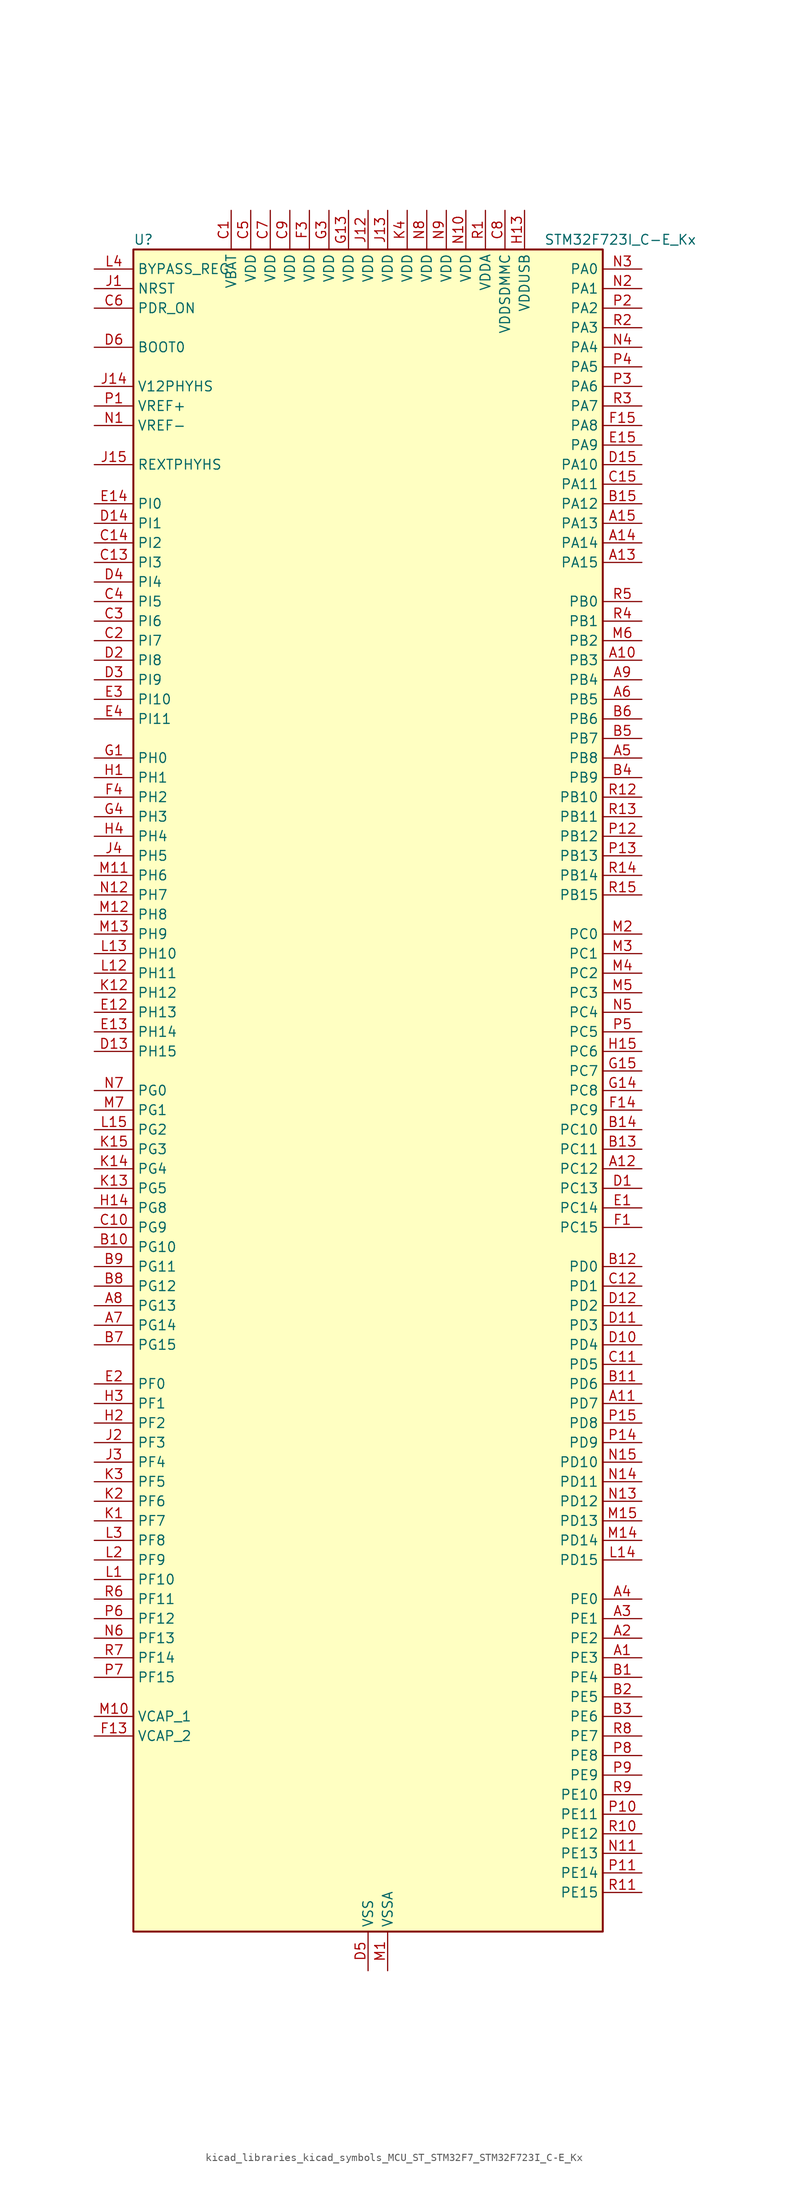
<source format=kicad_sym>
(kicad_symbol_lib
  (version 20220914)
  (generator kicad_symbol_editor)
  (symbol "kicad_libraries_kicad_symbols_MCU_ST_STM32F7_STM32F723I_C-E_Kx"
    (property "Reference" "U"
      (at -30.48 110.49 0)
      (effects (font (size 1.27 1.27)) (justify left)))
    (property "Value" "STM32F723I_C-E_Kx"
      (at 22.86 110.49 0)
      (effects (font (size 1.27 1.27)) (justify left)))
    (property "ki_locked" ""
      (at 0 0 0)
      (effects (font (size 1.27 1.27))))
    (symbol "kicad_libraries_kicad_symbols_MCU_ST_STM32F7_STM32F723I_C-E_Kx_0_1"
      (rectangle (start -30.48 -109.22) (end 30.48 109.22) (stroke (width 0.254) (type default)) (fill (type background))))
    (symbol "kicad_libraries_kicad_symbols_MCU_ST_STM32F7_STM32F723I_C-E_Kx_1_1"
      (pin bidirectional line (at 35.56 -73.66 180) (length 5.08) (name "PE3" (effects (font (size 1.27 1.27)))) (number "A1" (effects (font (size 1.27 1.27)))) (alternate "FMC_A19" bidirectional line) (alternate "SAI1_SD_B" bidirectional line) (alternate "SYS_TRACED0" bidirectional line))
      (pin bidirectional line (at 35.56 55.88 180) (length 5.08) (name "PB3" (effects (font (size 1.27 1.27)))) (number "A10" (effects (font (size 1.27 1.27)))) (alternate "I2S1_CK" bidirectional line) (alternate "I2S3_CK" bidirectional line) (alternate "SDMMC2_D2" bidirectional line) (alternate "SPI1_SCK" bidirectional line) (alternate "SPI3_SCK" bidirectional line) (alternate "SYS_JTDO-SWO" bidirectional line) (alternate "TIM2_CH2" bidirectional line))
      (pin bidirectional line (at 35.56 -40.64 180) (length 5.08) (name "PD7" (effects (font (size 1.27 1.27)))) (number "A11" (effects (font (size 1.27 1.27)))) (alternate "FMC_NE1" bidirectional line) (alternate "SDMMC2_CMD" bidirectional line) (alternate "USART2_CK" bidirectional line))
      (pin bidirectional line (at 35.56 -10.16 180) (length 5.08) (name "PC12" (effects (font (size 1.27 1.27)))) (number "A12" (effects (font (size 1.27 1.27)))) (alternate "I2S3_SD" bidirectional line) (alternate "SDMMC1_CK" bidirectional line) (alternate "SPI3_MOSI" bidirectional line) (alternate "SYS_TRACED3" bidirectional line) (alternate "UART5_TX" bidirectional line) (alternate "USART3_CK" bidirectional line))
      (pin bidirectional line (at 35.56 68.58 180) (length 5.08) (name "PA15" (effects (font (size 1.27 1.27)))) (number "A13" (effects (font (size 1.27 1.27)))) (alternate "I2S1_WS" bidirectional line) (alternate "I2S3_WS" bidirectional line) (alternate "SPI1_NSS" bidirectional line) (alternate "SPI3_NSS" bidirectional line) (alternate "SYS_JTDI" bidirectional line) (alternate "TIM2_CH1" bidirectional line) (alternate "TIM2_ETR" bidirectional line) (alternate "UART4_DE" bidirectional line) (alternate "UART4_RTS" bidirectional line))
      (pin bidirectional line (at 35.56 71.12 180) (length 5.08) (name "PA14" (effects (font (size 1.27 1.27)))) (number "A14" (effects (font (size 1.27 1.27)))) (alternate "SYS_JTCK-SWCLK" bidirectional line))
      (pin bidirectional line (at 35.56 73.66 180) (length 5.08) (name "PA13" (effects (font (size 1.27 1.27)))) (number "A15" (effects (font (size 1.27 1.27)))) (alternate "SYS_JTMS-SWDIO" bidirectional line))
      (pin bidirectional line (at 35.56 -71.12 180) (length 5.08) (name "PE2" (effects (font (size 1.27 1.27)))) (number "A2" (effects (font (size 1.27 1.27)))) (alternate "FMC_A23" bidirectional line) (alternate "QUADSPI_BK1_IO2" bidirectional line) (alternate "SAI1_MCLK_A" bidirectional line) (alternate "SPI4_SCK" bidirectional line) (alternate "SYS_TRACECLK" bidirectional line))
      (pin bidirectional line (at 35.56 -68.58 180) (length 5.08) (name "PE1" (effects (font (size 1.27 1.27)))) (number "A3" (effects (font (size 1.27 1.27)))) (alternate "FMC_NBL1" bidirectional line) (alternate "LPTIM1_IN2" bidirectional line) (alternate "UART8_TX" bidirectional line))
      (pin bidirectional line (at 35.56 -66.04 180) (length 5.08) (name "PE0" (effects (font (size 1.27 1.27)))) (number "A4" (effects (font (size 1.27 1.27)))) (alternate "FMC_NBL0" bidirectional line) (alternate "LPTIM1_ETR" bidirectional line) (alternate "SAI2_MCLK_A" bidirectional line) (alternate "TIM4_ETR" bidirectional line) (alternate "UART8_RX" bidirectional line))
      (pin bidirectional line (at 35.56 43.18 180) (length 5.08) (name "PB8" (effects (font (size 1.27 1.27)))) (number "A5" (effects (font (size 1.27 1.27)))) (alternate "CAN1_RX" bidirectional line) (alternate "I2C1_SCL" bidirectional line) (alternate "SDMMC1_D4" bidirectional line) (alternate "SDMMC2_D4" bidirectional line) (alternate "TIM10_CH1" bidirectional line) (alternate "TIM4_CH3" bidirectional line))
      (pin bidirectional line (at 35.56 50.8 180) (length 5.08) (name "PB5" (effects (font (size 1.27 1.27)))) (number "A6" (effects (font (size 1.27 1.27)))) (alternate "FMC_SDCKE1" bidirectional line) (alternate "I2C1_SMBA" bidirectional line) (alternate "I2S1_SD" bidirectional line) (alternate "I2S3_SD" bidirectional line) (alternate "SPI1_MOSI" bidirectional line) (alternate "SPI3_MOSI" bidirectional line) (alternate "TIM3_CH2" bidirectional line))
      (pin bidirectional line (at -35.56 -30.48 0) (length 5.08) (name "PG14" (effects (font (size 1.27 1.27)))) (number "A7" (effects (font (size 1.27 1.27)))) (alternate "FMC_A25" bidirectional line) (alternate "LPTIM1_ETR" bidirectional line) (alternate "QUADSPI_BK2_IO3" bidirectional line) (alternate "SYS_TRACED1" bidirectional line) (alternate "USART6_TX" bidirectional line))
      (pin bidirectional line (at -35.56 -27.94 0) (length 5.08) (name "PG13" (effects (font (size 1.27 1.27)))) (number "A8" (effects (font (size 1.27 1.27)))) (alternate "FMC_A24" bidirectional line) (alternate "LPTIM1_OUT" bidirectional line) (alternate "SYS_TRACED0" bidirectional line) (alternate "USART6_CTS" bidirectional line))
      (pin bidirectional line (at 35.56 53.34 180) (length 5.08) (name "PB4" (effects (font (size 1.27 1.27)))) (number "A9" (effects (font (size 1.27 1.27)))) (alternate "I2S2_WS" bidirectional line) (alternate "SDMMC2_D3" bidirectional line) (alternate "SPI1_MISO" bidirectional line) (alternate "SPI2_NSS" bidirectional line) (alternate "SPI3_MISO" bidirectional line) (alternate "SYS_JTRST" bidirectional line) (alternate "TIM3_CH1" bidirectional line))
      (pin bidirectional line (at 35.56 -76.2 180) (length 5.08) (name "PE4" (effects (font (size 1.27 1.27)))) (number "B1" (effects (font (size 1.27 1.27)))) (alternate "FMC_A20" bidirectional line) (alternate "SAI1_FS_A" bidirectional line) (alternate "SPI4_NSS" bidirectional line) (alternate "SYS_TRACED1" bidirectional line))
      (pin bidirectional line (at -35.56 -20.32 0) (length 5.08) (name "PG10" (effects (font (size 1.27 1.27)))) (number "B10" (effects (font (size 1.27 1.27)))) (alternate "FMC_NE3" bidirectional line) (alternate "SAI2_SD_B" bidirectional line) (alternate "SDMMC2_D1" bidirectional line))
      (pin bidirectional line (at 35.56 -38.1 180) (length 5.08) (name "PD6" (effects (font (size 1.27 1.27)))) (number "B11" (effects (font (size 1.27 1.27)))) (alternate "FMC_NWAIT" bidirectional line) (alternate "I2S3_SD" bidirectional line) (alternate "SAI1_SD_A" bidirectional line) (alternate "SDMMC2_CK" bidirectional line) (alternate "SPI3_MOSI" bidirectional line) (alternate "USART2_RX" bidirectional line))
      (pin bidirectional line (at 35.56 -22.86 180) (length 5.08) (name "PD0" (effects (font (size 1.27 1.27)))) (number "B12" (effects (font (size 1.27 1.27)))) (alternate "CAN1_RX" bidirectional line) (alternate "FMC_D2" bidirectional line) (alternate "FMC_DA2" bidirectional line))
      (pin bidirectional line (at 35.56 -7.62 180) (length 5.08) (name "PC11" (effects (font (size 1.27 1.27)))) (number "B13" (effects (font (size 1.27 1.27)))) (alternate "ADC1_EXTI11" bidirectional line) (alternate "ADC2_EXTI11" bidirectional line) (alternate "ADC3_EXTI11" bidirectional line) (alternate "QUADSPI_BK2_NCS" bidirectional line) (alternate "SDMMC1_D3" bidirectional line) (alternate "SPI3_MISO" bidirectional line) (alternate "UART4_RX" bidirectional line) (alternate "USART3_RX" bidirectional line))
      (pin bidirectional line (at 35.56 -5.08 180) (length 5.08) (name "PC10" (effects (font (size 1.27 1.27)))) (number "B14" (effects (font (size 1.27 1.27)))) (alternate "I2S3_CK" bidirectional line) (alternate "QUADSPI_BK1_IO1" bidirectional line) (alternate "SDMMC1_D2" bidirectional line) (alternate "SPI3_SCK" bidirectional line) (alternate "UART4_TX" bidirectional line) (alternate "USART3_TX" bidirectional line))
      (pin bidirectional line (at 35.56 76.2 180) (length 5.08) (name "PA12" (effects (font (size 1.27 1.27)))) (number "B15" (effects (font (size 1.27 1.27)))) (alternate "CAN1_TX" bidirectional line) (alternate "SAI2_FS_B" bidirectional line) (alternate "TIM1_ETR" bidirectional line) (alternate "USART1_DE" bidirectional line) (alternate "USART1_RTS" bidirectional line) (alternate "USB_OTG_FS_DP" bidirectional line))
      (pin bidirectional line (at 35.56 -78.74 180) (length 5.08) (name "PE5" (effects (font (size 1.27 1.27)))) (number "B2" (effects (font (size 1.27 1.27)))) (alternate "FMC_A21" bidirectional line) (alternate "SAI1_SCK_A" bidirectional line) (alternate "SPI4_MISO" bidirectional line) (alternate "SYS_TRACED2" bidirectional line) (alternate "TIM9_CH1" bidirectional line))
      (pin bidirectional line (at 35.56 -81.28 180) (length 5.08) (name "PE6" (effects (font (size 1.27 1.27)))) (number "B3" (effects (font (size 1.27 1.27)))) (alternate "FMC_A22" bidirectional line) (alternate "SAI1_SD_A" bidirectional line) (alternate "SAI2_MCLK_B" bidirectional line) (alternate "SPI4_MOSI" bidirectional line) (alternate "SYS_TRACED3" bidirectional line) (alternate "TIM1_BKIN2" bidirectional line) (alternate "TIM9_CH2" bidirectional line))
      (pin bidirectional line (at 35.56 40.64 180) (length 5.08) (name "PB9" (effects (font (size 1.27 1.27)))) (number "B4" (effects (font (size 1.27 1.27)))) (alternate "CAN1_TX" bidirectional line) (alternate "DAC_EXTI9" bidirectional line) (alternate "I2C1_SDA" bidirectional line) (alternate "I2S2_WS" bidirectional line) (alternate "SDMMC1_D5" bidirectional line) (alternate "SDMMC2_D5" bidirectional line) (alternate "SPI2_NSS" bidirectional line) (alternate "TIM11_CH1" bidirectional line) (alternate "TIM4_CH4" bidirectional line))
      (pin bidirectional line (at 35.56 45.72 180) (length 5.08) (name "PB7" (effects (font (size 1.27 1.27)))) (number "B5" (effects (font (size 1.27 1.27)))) (alternate "FMC_NL" bidirectional line) (alternate "I2C1_SDA" bidirectional line) (alternate "TIM4_CH2" bidirectional line) (alternate "USART1_RX" bidirectional line))
      (pin bidirectional line (at 35.56 48.26 180) (length 5.08) (name "PB6" (effects (font (size 1.27 1.27)))) (number "B6" (effects (font (size 1.27 1.27)))) (alternate "FMC_SDNE1" bidirectional line) (alternate "I2C1_SCL" bidirectional line) (alternate "QUADSPI_BK1_NCS" bidirectional line) (alternate "TIM4_CH1" bidirectional line) (alternate "USART1_TX" bidirectional line))
      (pin bidirectional line (at -35.56 -33.02 0) (length 5.08) (name "PG15" (effects (font (size 1.27 1.27)))) (number "B7" (effects (font (size 1.27 1.27)))) (alternate "FMC_SDNCAS" bidirectional line) (alternate "USART6_CTS" bidirectional line))
      (pin bidirectional line (at -35.56 -25.4 0) (length 5.08) (name "PG12" (effects (font (size 1.27 1.27)))) (number "B8" (effects (font (size 1.27 1.27)))) (alternate "FMC_NE4" bidirectional line) (alternate "LPTIM1_IN1" bidirectional line) (alternate "SDMMC2_D3" bidirectional line) (alternate "USART6_DE" bidirectional line) (alternate "USART6_RTS" bidirectional line))
      (pin bidirectional line (at -35.56 -22.86 0) (length 5.08) (name "PG11" (effects (font (size 1.27 1.27)))) (number "B9" (effects (font (size 1.27 1.27)))) (alternate "ADC1_EXTI11" bidirectional line) (alternate "ADC2_EXTI11" bidirectional line) (alternate "ADC3_EXTI11" bidirectional line) (alternate "FMC_INT" bidirectional line) (alternate "SDMMC2_D2" bidirectional line))
      (pin power_in line (at -17.78 114.3 270) (length 5.08) (name "VBAT" (effects (font (size 1.27 1.27)))) (number "C1" (effects (font (size 1.27 1.27)))))
      (pin bidirectional line (at -35.56 -17.78 0) (length 5.08) (name "PG9" (effects (font (size 1.27 1.27)))) (number "C10" (effects (font (size 1.27 1.27)))) (alternate "DAC_EXTI9" bidirectional line) (alternate "FMC_NCE" bidirectional line) (alternate "FMC_NE2" bidirectional line) (alternate "QUADSPI_BK2_IO2" bidirectional line) (alternate "SAI2_FS_B" bidirectional line) (alternate "SDMMC2_D0" bidirectional line) (alternate "USART6_RX" bidirectional line))
      (pin bidirectional line (at 35.56 -35.56 180) (length 5.08) (name "PD5" (effects (font (size 1.27 1.27)))) (number "C11" (effects (font (size 1.27 1.27)))) (alternate "FMC_NWE" bidirectional line) (alternate "USART2_TX" bidirectional line))
      (pin bidirectional line (at 35.56 -25.4 180) (length 5.08) (name "PD1" (effects (font (size 1.27 1.27)))) (number "C12" (effects (font (size 1.27 1.27)))) (alternate "CAN1_TX" bidirectional line) (alternate "FMC_D3" bidirectional line) (alternate "FMC_DA3" bidirectional line))
      (pin bidirectional line (at -35.56 68.58 0) (length 5.08) (name "PI3" (effects (font (size 1.27 1.27)))) (number "C13" (effects (font (size 1.27 1.27)))) (alternate "FMC_D27" bidirectional line) (alternate "I2S2_SD" bidirectional line) (alternate "SPI2_MOSI" bidirectional line) (alternate "TIM8_ETR" bidirectional line))
      (pin bidirectional line (at -35.56 71.12 0) (length 5.08) (name "PI2" (effects (font (size 1.27 1.27)))) (number "C14" (effects (font (size 1.27 1.27)))) (alternate "FMC_D26" bidirectional line) (alternate "SPI2_MISO" bidirectional line) (alternate "TIM8_CH4" bidirectional line))
      (pin bidirectional line (at 35.56 78.74 180) (length 5.08) (name "PA11" (effects (font (size 1.27 1.27)))) (number "C15" (effects (font (size 1.27 1.27)))) (alternate "ADC1_EXTI11" bidirectional line) (alternate "ADC2_EXTI11" bidirectional line) (alternate "ADC3_EXTI11" bidirectional line) (alternate "CAN1_RX" bidirectional line) (alternate "TIM1_CH4" bidirectional line) (alternate "USART1_CTS" bidirectional line) (alternate "USB_OTG_FS_DM" bidirectional line))
      (pin bidirectional line (at -35.56 58.42 0) (length 5.08) (name "PI7" (effects (font (size 1.27 1.27)))) (number "C2" (effects (font (size 1.27 1.27)))) (alternate "FMC_D29" bidirectional line) (alternate "SAI2_FS_A" bidirectional line) (alternate "TIM8_CH3" bidirectional line))
      (pin bidirectional line (at -35.56 60.96 0) (length 5.08) (name "PI6" (effects (font (size 1.27 1.27)))) (number "C3" (effects (font (size 1.27 1.27)))) (alternate "FMC_D28" bidirectional line) (alternate "SAI2_SD_A" bidirectional line) (alternate "TIM8_CH2" bidirectional line))
      (pin bidirectional line (at -35.56 63.5 0) (length 5.08) (name "PI5" (effects (font (size 1.27 1.27)))) (number "C4" (effects (font (size 1.27 1.27)))) (alternate "FMC_NBL3" bidirectional line) (alternate "SAI2_SCK_A" bidirectional line) (alternate "TIM8_CH1" bidirectional line))
      (pin power_in line (at -15.24 114.3 270) (length 5.08) (name "VDD" (effects (font (size 1.27 1.27)))) (number "C5" (effects (font (size 1.27 1.27)))))
      (pin input line (at -35.56 101.6 0) (length 5.08) (name "PDR_ON" (effects (font (size 1.27 1.27)))) (number "C6" (effects (font (size 1.27 1.27)))))
      (pin power_in line (at -12.7 114.3 270) (length 5.08) (name "VDD" (effects (font (size 1.27 1.27)))) (number "C7" (effects (font (size 1.27 1.27)))))
      (pin power_in line (at 17.78 114.3 270) (length 5.08) (name "VDDSDMMC" (effects (font (size 1.27 1.27)))) (number "C8" (effects (font (size 1.27 1.27)))))
      (pin power_in line (at -10.16 114.3 270) (length 5.08) (name "VDD" (effects (font (size 1.27 1.27)))) (number "C9" (effects (font (size 1.27 1.27)))))
      (pin bidirectional line (at 35.56 -12.7 180) (length 5.08) (name "PC13" (effects (font (size 1.27 1.27)))) (number "D1" (effects (font (size 1.27 1.27)))) (alternate "RTC_OUT" bidirectional line) (alternate "RTC_TAMP1" bidirectional line) (alternate "RTC_TS" bidirectional line) (alternate "SYS_WKUP4" bidirectional line))
      (pin bidirectional line (at 35.56 -33.02 180) (length 5.08) (name "PD4" (effects (font (size 1.27 1.27)))) (number "D10" (effects (font (size 1.27 1.27)))) (alternate "FMC_NOE" bidirectional line) (alternate "USART2_DE" bidirectional line) (alternate "USART2_RTS" bidirectional line))
      (pin bidirectional line (at 35.56 -30.48 180) (length 5.08) (name "PD3" (effects (font (size 1.27 1.27)))) (number "D11" (effects (font (size 1.27 1.27)))) (alternate "FMC_CLK" bidirectional line) (alternate "I2S2_CK" bidirectional line) (alternate "SPI2_SCK" bidirectional line) (alternate "USART2_CTS" bidirectional line))
      (pin bidirectional line (at 35.56 -27.94 180) (length 5.08) (name "PD2" (effects (font (size 1.27 1.27)))) (number "D12" (effects (font (size 1.27 1.27)))) (alternate "SDMMC1_CMD" bidirectional line) (alternate "SYS_TRACED2" bidirectional line) (alternate "TIM3_ETR" bidirectional line) (alternate "UART5_RX" bidirectional line))
      (pin bidirectional line (at -35.56 5.08 0) (length 5.08) (name "PH15" (effects (font (size 1.27 1.27)))) (number "D13" (effects (font (size 1.27 1.27)))) (alternate "FMC_D23" bidirectional line) (alternate "TIM8_CH3N" bidirectional line))
      (pin bidirectional line (at -35.56 73.66 0) (length 5.08) (name "PI1" (effects (font (size 1.27 1.27)))) (number "D14" (effects (font (size 1.27 1.27)))) (alternate "FMC_D25" bidirectional line) (alternate "I2S2_CK" bidirectional line) (alternate "SPI2_SCK" bidirectional line) (alternate "TIM8_BKIN2" bidirectional line))
      (pin bidirectional line (at 35.56 81.28 180) (length 5.08) (name "PA10" (effects (font (size 1.27 1.27)))) (number "D15" (effects (font (size 1.27 1.27)))) (alternate "TIM1_CH3" bidirectional line) (alternate "USART1_RX" bidirectional line) (alternate "USB_OTG_FS_ID" bidirectional line))
      (pin bidirectional line (at -35.56 55.88 0) (length 5.08) (name "PI8" (effects (font (size 1.27 1.27)))) (number "D2" (effects (font (size 1.27 1.27)))) (alternate "RTC_TAMP2" bidirectional line) (alternate "RTC_TS" bidirectional line) (alternate "SYS_WKUP5" bidirectional line))
      (pin bidirectional line (at -35.56 53.34 0) (length 5.08) (name "PI9" (effects (font (size 1.27 1.27)))) (number "D3" (effects (font (size 1.27 1.27)))) (alternate "CAN1_RX" bidirectional line) (alternate "DAC_EXTI9" bidirectional line) (alternate "FMC_D30" bidirectional line) (alternate "UART4_RX" bidirectional line))
      (pin bidirectional line (at -35.56 66.04 0) (length 5.08) (name "PI4" (effects (font (size 1.27 1.27)))) (number "D4" (effects (font (size 1.27 1.27)))) (alternate "FMC_NBL2" bidirectional line) (alternate "SAI2_MCLK_A" bidirectional line) (alternate "TIM8_BKIN" bidirectional line))
      (pin power_in line (at 0 -114.3 90) (length 5.08) (name "VSS" (effects (font (size 1.27 1.27)))) (number "D5" (effects (font (size 1.27 1.27)))))
      (pin input line (at -35.56 96.52 0) (length 5.08) (name "BOOT0" (effects (font (size 1.27 1.27)))) (number "D6" (effects (font (size 1.27 1.27)))))
      (pin passive line (at 0 -114.3 90) (length 5.08) hide (name "VSS" (effects (font (size 1.27 1.27)))) (number "D7" (effects (font (size 1.27 1.27)))))
      (pin passive line (at 0 -114.3 90) (length 5.08) hide (name "VSS" (effects (font (size 1.27 1.27)))) (number "D8" (effects (font (size 1.27 1.27)))))
      (pin passive line (at 0 -114.3 90) (length 5.08) hide (name "VSS" (effects (font (size 1.27 1.27)))) (number "D9" (effects (font (size 1.27 1.27)))))
      (pin bidirectional line (at 35.56 -15.24 180) (length 5.08) (name "PC14" (effects (font (size 1.27 1.27)))) (number "E1" (effects (font (size 1.27 1.27)))) (alternate "RCC_OSC32_IN" bidirectional line))
      (pin bidirectional line (at -35.56 10.16 0) (length 5.08) (name "PH13" (effects (font (size 1.27 1.27)))) (number "E12" (effects (font (size 1.27 1.27)))) (alternate "CAN1_TX" bidirectional line) (alternate "FMC_D21" bidirectional line) (alternate "TIM8_CH1N" bidirectional line) (alternate "UART4_TX" bidirectional line))
      (pin bidirectional line (at -35.56 7.62 0) (length 5.08) (name "PH14" (effects (font (size 1.27 1.27)))) (number "E13" (effects (font (size 1.27 1.27)))) (alternate "CAN1_RX" bidirectional line) (alternate "FMC_D22" bidirectional line) (alternate "TIM8_CH2N" bidirectional line) (alternate "UART4_RX" bidirectional line))
      (pin bidirectional line (at -35.56 76.2 0) (length 5.08) (name "PI0" (effects (font (size 1.27 1.27)))) (number "E14" (effects (font (size 1.27 1.27)))) (alternate "FMC_D24" bidirectional line) (alternate "I2S2_WS" bidirectional line) (alternate "SPI2_NSS" bidirectional line) (alternate "TIM5_CH4" bidirectional line))
      (pin bidirectional line (at 35.56 83.82 180) (length 5.08) (name "PA9" (effects (font (size 1.27 1.27)))) (number "E15" (effects (font (size 1.27 1.27)))) (alternate "DAC_EXTI9" bidirectional line) (alternate "I2C3_SMBA" bidirectional line) (alternate "I2S2_CK" bidirectional line) (alternate "SPI2_SCK" bidirectional line) (alternate "TIM1_CH2" bidirectional line) (alternate "USART1_TX" bidirectional line) (alternate "USB_OTG_FS_VBUS" bidirectional line))
      (pin bidirectional line (at -35.56 -38.1 0) (length 5.08) (name "PF0" (effects (font (size 1.27 1.27)))) (number "E2" (effects (font (size 1.27 1.27)))) (alternate "FMC_A0" bidirectional line) (alternate "I2C2_SDA" bidirectional line))
      (pin bidirectional line (at -35.56 50.8 0) (length 5.08) (name "PI10" (effects (font (size 1.27 1.27)))) (number "E3" (effects (font (size 1.27 1.27)))) (alternate "FMC_D31" bidirectional line))
      (pin bidirectional line (at -35.56 48.26 0) (length 5.08) (name "PI11" (effects (font (size 1.27 1.27)))) (number "E4" (effects (font (size 1.27 1.27)))) (alternate "ADC1_EXTI11" bidirectional line) (alternate "ADC2_EXTI11" bidirectional line) (alternate "ADC3_EXTI11" bidirectional line) (alternate "SYS_WKUP6" bidirectional line))
      (pin bidirectional line (at 35.56 -17.78 180) (length 5.08) (name "PC15" (effects (font (size 1.27 1.27)))) (number "F1" (effects (font (size 1.27 1.27)))) (alternate "RCC_OSC32_OUT" bidirectional line))
      (pin passive line (at 0 -114.3 90) (length 5.08) hide (name "VSS" (effects (font (size 1.27 1.27)))) (number "F10" (effects (font (size 1.27 1.27)))))
      (pin passive line (at 0 -114.3 90) (length 5.08) hide (name "VSS" (effects (font (size 1.27 1.27)))) (number "F12" (effects (font (size 1.27 1.27)))))
      (pin power_out line (at -35.56 -83.82 0) (length 5.08) (name "VCAP_2" (effects (font (size 1.27 1.27)))) (number "F13" (effects (font (size 1.27 1.27)))))
      (pin bidirectional line (at 35.56 -2.54 180) (length 5.08) (name "PC9" (effects (font (size 1.27 1.27)))) (number "F14" (effects (font (size 1.27 1.27)))) (alternate "DAC_EXTI9" bidirectional line) (alternate "I2C3_SDA" bidirectional line) (alternate "I2S_CKIN" bidirectional line) (alternate "QUADSPI_BK1_IO0" bidirectional line) (alternate "RCC_MCO_2" bidirectional line) (alternate "SDMMC1_D1" bidirectional line) (alternate "TIM3_CH4" bidirectional line) (alternate "TIM8_CH4" bidirectional line) (alternate "UART5_CTS" bidirectional line))
      (pin bidirectional line (at 35.56 86.36 180) (length 5.08) (name "PA8" (effects (font (size 1.27 1.27)))) (number "F15" (effects (font (size 1.27 1.27)))) (alternate "I2C3_SCL" bidirectional line) (alternate "RCC_MCO_1" bidirectional line) (alternate "TIM1_CH1" bidirectional line) (alternate "TIM8_BKIN2" bidirectional line) (alternate "USART1_CK" bidirectional line) (alternate "USB_OTG_FS_SOF" bidirectional line))
      (pin passive line (at 0 -114.3 90) (length 5.08) hide (name "VSS" (effects (font (size 1.27 1.27)))) (number "F2" (effects (font (size 1.27 1.27)))))
      (pin power_in line (at -7.62 114.3 270) (length 5.08) (name "VDD" (effects (font (size 1.27 1.27)))) (number "F3" (effects (font (size 1.27 1.27)))))
      (pin bidirectional line (at -35.56 38.1 0) (length 5.08) (name "PH2" (effects (font (size 1.27 1.27)))) (number "F4" (effects (font (size 1.27 1.27)))) (alternate "FMC_SDCKE0" bidirectional line) (alternate "LPTIM1_IN2" bidirectional line) (alternate "QUADSPI_BK2_IO0" bidirectional line) (alternate "SAI2_SCK_B" bidirectional line))
      (pin passive line (at 0 -114.3 90) (length 5.08) hide (name "VSS" (effects (font (size 1.27 1.27)))) (number "F6" (effects (font (size 1.27 1.27)))))
      (pin passive line (at 0 -114.3 90) (length 5.08) hide (name "VSS" (effects (font (size 1.27 1.27)))) (number "F7" (effects (font (size 1.27 1.27)))))
      (pin passive line (at 0 -114.3 90) (length 5.08) hide (name "VSS" (effects (font (size 1.27 1.27)))) (number "F8" (effects (font (size 1.27 1.27)))))
      (pin passive line (at 0 -114.3 90) (length 5.08) hide (name "VSS" (effects (font (size 1.27 1.27)))) (number "F9" (effects (font (size 1.27 1.27)))))
      (pin bidirectional line (at -35.56 43.18 0) (length 5.08) (name "PH0" (effects (font (size 1.27 1.27)))) (number "G1" (effects (font (size 1.27 1.27)))) (alternate "RCC_OSC_IN" bidirectional line))
      (pin passive line (at 0 -114.3 90) (length 5.08) hide (name "VSS" (effects (font (size 1.27 1.27)))) (number "G10" (effects (font (size 1.27 1.27)))))
      (pin passive line (at 0 -114.3 90) (length 5.08) hide (name "VSS" (effects (font (size 1.27 1.27)))) (number "G12" (effects (font (size 1.27 1.27)))))
      (pin power_in line (at -2.54 114.3 270) (length 5.08) (name "VDD" (effects (font (size 1.27 1.27)))) (number "G13" (effects (font (size 1.27 1.27)))))
      (pin bidirectional line (at 35.56 0 180) (length 5.08) (name "PC8" (effects (font (size 1.27 1.27)))) (number "G14" (effects (font (size 1.27 1.27)))) (alternate "SDMMC1_D0" bidirectional line) (alternate "SYS_TRACED1" bidirectional line) (alternate "TIM3_CH3" bidirectional line) (alternate "TIM8_CH3" bidirectional line) (alternate "UART5_DE" bidirectional line) (alternate "UART5_RTS" bidirectional line) (alternate "USART6_CK" bidirectional line))
      (pin bidirectional line (at 35.56 2.54 180) (length 5.08) (name "PC7" (effects (font (size 1.27 1.27)))) (number "G15" (effects (font (size 1.27 1.27)))) (alternate "I2S3_MCK" bidirectional line) (alternate "SDMMC1_D7" bidirectional line) (alternate "SDMMC2_D7" bidirectional line) (alternate "TIM3_CH2" bidirectional line) (alternate "TIM8_CH2" bidirectional line) (alternate "USART6_RX" bidirectional line))
      (pin passive line (at 0 -114.3 90) (length 5.08) hide (name "VSS" (effects (font (size 1.27 1.27)))) (number "G2" (effects (font (size 1.27 1.27)))))
      (pin power_in line (at -5.08 114.3 270) (length 5.08) (name "VDD" (effects (font (size 1.27 1.27)))) (number "G3" (effects (font (size 1.27 1.27)))))
      (pin bidirectional line (at -35.56 35.56 0) (length 5.08) (name "PH3" (effects (font (size 1.27 1.27)))) (number "G4" (effects (font (size 1.27 1.27)))) (alternate "FMC_SDNE0" bidirectional line) (alternate "QUADSPI_BK2_IO1" bidirectional line) (alternate "SAI2_MCLK_B" bidirectional line))
      (pin passive line (at 0 -114.3 90) (length 5.08) hide (name "VSS" (effects (font (size 1.27 1.27)))) (number "G6" (effects (font (size 1.27 1.27)))))
      (pin passive line (at 0 -114.3 90) (length 5.08) hide (name "VSS" (effects (font (size 1.27 1.27)))) (number "G7" (effects (font (size 1.27 1.27)))))
      (pin passive line (at 0 -114.3 90) (length 5.08) hide (name "VSS" (effects (font (size 1.27 1.27)))) (number "G8" (effects (font (size 1.27 1.27)))))
      (pin passive line (at 0 -114.3 90) (length 5.08) hide (name "VSS" (effects (font (size 1.27 1.27)))) (number "G9" (effects (font (size 1.27 1.27)))))
      (pin bidirectional line (at -35.56 40.64 0) (length 5.08) (name "PH1" (effects (font (size 1.27 1.27)))) (number "H1" (effects (font (size 1.27 1.27)))) (alternate "RCC_OSC_OUT" bidirectional line))
      (pin passive line (at 0 -114.3 90) (length 5.08) hide (name "VSS" (effects (font (size 1.27 1.27)))) (number "H10" (effects (font (size 1.27 1.27)))))
      (pin passive line (at 0 -114.3 90) (length 5.08) hide (name "VSS" (effects (font (size 1.27 1.27)))) (number "H12" (effects (font (size 1.27 1.27)))))
      (pin power_in line (at 20.32 114.3 270) (length 5.08) (name "VDDUSB" (effects (font (size 1.27 1.27)))) (number "H13" (effects (font (size 1.27 1.27)))))
      (pin bidirectional line (at -35.56 -15.24 0) (length 5.08) (name "PG8" (effects (font (size 1.27 1.27)))) (number "H14" (effects (font (size 1.27 1.27)))) (alternate "FMC_SDCLK" bidirectional line) (alternate "USART6_DE" bidirectional line) (alternate "USART6_RTS" bidirectional line))
      (pin bidirectional line (at 35.56 5.08 180) (length 5.08) (name "PC6" (effects (font (size 1.27 1.27)))) (number "H15" (effects (font (size 1.27 1.27)))) (alternate "I2S2_MCK" bidirectional line) (alternate "SDMMC1_D6" bidirectional line) (alternate "SDMMC2_D6" bidirectional line) (alternate "TIM3_CH1" bidirectional line) (alternate "TIM8_CH1" bidirectional line) (alternate "USART6_TX" bidirectional line))
      (pin bidirectional line (at -35.56 -43.18 0) (length 5.08) (name "PF2" (effects (font (size 1.27 1.27)))) (number "H2" (effects (font (size 1.27 1.27)))) (alternate "FMC_A2" bidirectional line) (alternate "I2C2_SMBA" bidirectional line))
      (pin bidirectional line (at -35.56 -40.64 0) (length 5.08) (name "PF1" (effects (font (size 1.27 1.27)))) (number "H3" (effects (font (size 1.27 1.27)))) (alternate "FMC_A1" bidirectional line) (alternate "I2C2_SCL" bidirectional line))
      (pin bidirectional line (at -35.56 33.02 0) (length 5.08) (name "PH4" (effects (font (size 1.27 1.27)))) (number "H4" (effects (font (size 1.27 1.27)))) (alternate "I2C2_SCL" bidirectional line))
      (pin passive line (at 0 -114.3 90) (length 5.08) hide (name "VSS" (effects (font (size 1.27 1.27)))) (number "H6" (effects (font (size 1.27 1.27)))))
      (pin passive line (at 0 -114.3 90) (length 5.08) hide (name "VSS" (effects (font (size 1.27 1.27)))) (number "H7" (effects (font (size 1.27 1.27)))))
      (pin passive line (at 0 -114.3 90) (length 5.08) hide (name "VSS" (effects (font (size 1.27 1.27)))) (number "H8" (effects (font (size 1.27 1.27)))))
      (pin passive line (at 0 -114.3 90) (length 5.08) hide (name "VSS" (effects (font (size 1.27 1.27)))) (number "H9" (effects (font (size 1.27 1.27)))))
      (pin input line (at -35.56 104.14 0) (length 5.08) (name "NRST" (effects (font (size 1.27 1.27)))) (number "J1" (effects (font (size 1.27 1.27)))))
      (pin passive line (at 0 -114.3 90) (length 5.08) hide (name "VSS" (effects (font (size 1.27 1.27)))) (number "J10" (effects (font (size 1.27 1.27)))))
      (pin power_in line (at 0 114.3 270) (length 5.08) (name "VDD" (effects (font (size 1.27 1.27)))) (number "J12" (effects (font (size 1.27 1.27)))))
      (pin power_in line (at 2.54 114.3 270) (length 5.08) (name "VDD" (effects (font (size 1.27 1.27)))) (number "J13" (effects (font (size 1.27 1.27)))))
      (pin power_in line (at -35.56 91.44 0) (length 5.08) (name "V12PHYHS" (effects (font (size 1.27 1.27)))) (number "J14" (effects (font (size 1.27 1.27)))))
      (pin bidirectional line (at -35.56 81.28 0) (length 5.08) (name "REXTPHYHS" (effects (font (size 1.27 1.27)))) (number "J15" (effects (font (size 1.27 1.27)))) (alternate "USB_OTG_HS_REXTPHYHS" bidirectional line))
      (pin bidirectional line (at -35.56 -45.72 0) (length 5.08) (name "PF3" (effects (font (size 1.27 1.27)))) (number "J2" (effects (font (size 1.27 1.27)))) (alternate "ADC3_IN9" bidirectional line) (alternate "FMC_A3" bidirectional line))
      (pin bidirectional line (at -35.56 -48.26 0) (length 5.08) (name "PF4" (effects (font (size 1.27 1.27)))) (number "J3" (effects (font (size 1.27 1.27)))) (alternate "ADC3_IN14" bidirectional line) (alternate "FMC_A4" bidirectional line))
      (pin bidirectional line (at -35.56 30.48 0) (length 5.08) (name "PH5" (effects (font (size 1.27 1.27)))) (number "J4" (effects (font (size 1.27 1.27)))) (alternate "FMC_SDNWE" bidirectional line) (alternate "I2C2_SDA" bidirectional line) (alternate "SPI5_NSS" bidirectional line))
      (pin passive line (at 0 -114.3 90) (length 5.08) hide (name "VSS" (effects (font (size 1.27 1.27)))) (number "J6" (effects (font (size 1.27 1.27)))))
      (pin passive line (at 0 -114.3 90) (length 5.08) hide (name "VSS" (effects (font (size 1.27 1.27)))) (number "J7" (effects (font (size 1.27 1.27)))))
      (pin passive line (at 0 -114.3 90) (length 5.08) hide (name "VSS" (effects (font (size 1.27 1.27)))) (number "J8" (effects (font (size 1.27 1.27)))))
      (pin passive line (at 0 -114.3 90) (length 5.08) hide (name "VSS" (effects (font (size 1.27 1.27)))) (number "J9" (effects (font (size 1.27 1.27)))))
      (pin bidirectional line (at -35.56 -55.88 0) (length 5.08) (name "PF7" (effects (font (size 1.27 1.27)))) (number "K1" (effects (font (size 1.27 1.27)))) (alternate "ADC3_IN5" bidirectional line) (alternate "QUADSPI_BK1_IO2" bidirectional line) (alternate "SAI1_MCLK_B" bidirectional line) (alternate "SPI5_SCK" bidirectional line) (alternate "TIM11_CH1" bidirectional line) (alternate "UART7_TX" bidirectional line))
      (pin passive line (at 0 -114.3 90) (length 5.08) hide (name "VSS" (effects (font (size 1.27 1.27)))) (number "K10" (effects (font (size 1.27 1.27)))))
      (pin bidirectional line (at -35.56 12.7 0) (length 5.08) (name "PH12" (effects (font (size 1.27 1.27)))) (number "K12" (effects (font (size 1.27 1.27)))) (alternate "FMC_D20" bidirectional line) (alternate "TIM5_CH3" bidirectional line))
      (pin bidirectional line (at -35.56 -12.7 0) (length 5.08) (name "PG5" (effects (font (size 1.27 1.27)))) (number "K13" (effects (font (size 1.27 1.27)))) (alternate "FMC_A15" bidirectional line) (alternate "FMC_BA1" bidirectional line))
      (pin bidirectional line (at -35.56 -10.16 0) (length 5.08) (name "PG4" (effects (font (size 1.27 1.27)))) (number "K14" (effects (font (size 1.27 1.27)))) (alternate "FMC_A14" bidirectional line) (alternate "FMC_BA0" bidirectional line))
      (pin bidirectional line (at -35.56 -7.62 0) (length 5.08) (name "PG3" (effects (font (size 1.27 1.27)))) (number "K15" (effects (font (size 1.27 1.27)))) (alternate "FMC_A13" bidirectional line))
      (pin bidirectional line (at -35.56 -53.34 0) (length 5.08) (name "PF6" (effects (font (size 1.27 1.27)))) (number "K2" (effects (font (size 1.27 1.27)))) (alternate "ADC3_IN4" bidirectional line) (alternate "QUADSPI_BK1_IO3" bidirectional line) (alternate "SAI1_SD_B" bidirectional line) (alternate "SPI5_NSS" bidirectional line) (alternate "TIM10_CH1" bidirectional line) (alternate "UART7_RX" bidirectional line))
      (pin bidirectional line (at -35.56 -50.8 0) (length 5.08) (name "PF5" (effects (font (size 1.27 1.27)))) (number "K3" (effects (font (size 1.27 1.27)))) (alternate "ADC3_IN15" bidirectional line) (alternate "FMC_A5" bidirectional line))
      (pin power_in line (at 5.08 114.3 270) (length 5.08) (name "VDD" (effects (font (size 1.27 1.27)))) (number "K4" (effects (font (size 1.27 1.27)))))
      (pin passive line (at 0 -114.3 90) (length 5.08) hide (name "VSS" (effects (font (size 1.27 1.27)))) (number "K6" (effects (font (size 1.27 1.27)))))
      (pin passive line (at 0 -114.3 90) (length 5.08) hide (name "VSS" (effects (font (size 1.27 1.27)))) (number "K7" (effects (font (size 1.27 1.27)))))
      (pin passive line (at 0 -114.3 90) (length 5.08) hide (name "VSS" (effects (font (size 1.27 1.27)))) (number "K8" (effects (font (size 1.27 1.27)))))
      (pin passive line (at 0 -114.3 90) (length 5.08) hide (name "VSS" (effects (font (size 1.27 1.27)))) (number "K9" (effects (font (size 1.27 1.27)))))
      (pin bidirectional line (at -35.56 -63.5 0) (length 5.08) (name "PF10" (effects (font (size 1.27 1.27)))) (number "L1" (effects (font (size 1.27 1.27)))) (alternate "ADC3_IN8" bidirectional line))
      (pin bidirectional line (at -35.56 15.24 0) (length 5.08) (name "PH11" (effects (font (size 1.27 1.27)))) (number "L12" (effects (font (size 1.27 1.27)))) (alternate "ADC1_EXTI11" bidirectional line) (alternate "ADC2_EXTI11" bidirectional line) (alternate "ADC3_EXTI11" bidirectional line) (alternate "FMC_D19" bidirectional line) (alternate "TIM5_CH2" bidirectional line))
      (pin bidirectional line (at -35.56 17.78 0) (length 5.08) (name "PH10" (effects (font (size 1.27 1.27)))) (number "L13" (effects (font (size 1.27 1.27)))) (alternate "FMC_D18" bidirectional line) (alternate "TIM5_CH1" bidirectional line))
      (pin bidirectional line (at 35.56 -60.96 180) (length 5.08) (name "PD15" (effects (font (size 1.27 1.27)))) (number "L14" (effects (font (size 1.27 1.27)))) (alternate "FMC_D1" bidirectional line) (alternate "FMC_DA1" bidirectional line) (alternate "TIM4_CH4" bidirectional line) (alternate "UART8_DE" bidirectional line) (alternate "UART8_RTS" bidirectional line))
      (pin bidirectional line (at -35.56 -5.08 0) (length 5.08) (name "PG2" (effects (font (size 1.27 1.27)))) (number "L15" (effects (font (size 1.27 1.27)))) (alternate "FMC_A12" bidirectional line))
      (pin bidirectional line (at -35.56 -60.96 0) (length 5.08) (name "PF9" (effects (font (size 1.27 1.27)))) (number "L2" (effects (font (size 1.27 1.27)))) (alternate "ADC3_IN7" bidirectional line) (alternate "DAC_EXTI9" bidirectional line) (alternate "QUADSPI_BK1_IO1" bidirectional line) (alternate "SAI1_FS_B" bidirectional line) (alternate "SPI5_MOSI" bidirectional line) (alternate "TIM14_CH1" bidirectional line) (alternate "UART7_CTS" bidirectional line))
      (pin bidirectional line (at -35.56 -58.42 0) (length 5.08) (name "PF8" (effects (font (size 1.27 1.27)))) (number "L3" (effects (font (size 1.27 1.27)))) (alternate "ADC3_IN6" bidirectional line) (alternate "QUADSPI_BK1_IO0" bidirectional line) (alternate "SAI1_SCK_B" bidirectional line) (alternate "SPI5_MISO" bidirectional line) (alternate "TIM13_CH1" bidirectional line) (alternate "UART7_DE" bidirectional line) (alternate "UART7_RTS" bidirectional line))
      (pin input line (at -35.56 106.68 0) (length 5.08) (name "BYPASS_REG" (effects (font (size 1.27 1.27)))) (number "L4" (effects (font (size 1.27 1.27)))))
      (pin power_in line (at 2.54 -114.3 90) (length 5.08) (name "VSSA" (effects (font (size 1.27 1.27)))) (number "M1" (effects (font (size 1.27 1.27)))))
      (pin power_out line (at -35.56 -81.28 0) (length 5.08) (name "VCAP_1" (effects (font (size 1.27 1.27)))) (number "M10" (effects (font (size 1.27 1.27)))))
      (pin bidirectional line (at -35.56 27.94 0) (length 5.08) (name "PH6" (effects (font (size 1.27 1.27)))) (number "M11" (effects (font (size 1.27 1.27)))) (alternate "FMC_SDNE1" bidirectional line) (alternate "I2C2_SMBA" bidirectional line) (alternate "SPI5_SCK" bidirectional line) (alternate "TIM12_CH1" bidirectional line))
      (pin bidirectional line (at -35.56 22.86 0) (length 5.08) (name "PH8" (effects (font (size 1.27 1.27)))) (number "M12" (effects (font (size 1.27 1.27)))) (alternate "FMC_D16" bidirectional line) (alternate "I2C3_SDA" bidirectional line))
      (pin bidirectional line (at -35.56 20.32 0) (length 5.08) (name "PH9" (effects (font (size 1.27 1.27)))) (number "M13" (effects (font (size 1.27 1.27)))) (alternate "DAC_EXTI9" bidirectional line) (alternate "FMC_D17" bidirectional line) (alternate "I2C3_SMBA" bidirectional line) (alternate "TIM12_CH2" bidirectional line))
      (pin bidirectional line (at 35.56 -58.42 180) (length 5.08) (name "PD14" (effects (font (size 1.27 1.27)))) (number "M14" (effects (font (size 1.27 1.27)))) (alternate "FMC_D0" bidirectional line) (alternate "FMC_DA0" bidirectional line) (alternate "TIM4_CH3" bidirectional line) (alternate "UART8_CTS" bidirectional line))
      (pin bidirectional line (at 35.56 -55.88 180) (length 5.08) (name "PD13" (effects (font (size 1.27 1.27)))) (number "M15" (effects (font (size 1.27 1.27)))) (alternate "FMC_A18" bidirectional line) (alternate "LPTIM1_OUT" bidirectional line) (alternate "QUADSPI_BK1_IO3" bidirectional line) (alternate "SAI2_SCK_A" bidirectional line) (alternate "TIM4_CH2" bidirectional line))
      (pin bidirectional line (at 35.56 20.32 180) (length 5.08) (name "PC0" (effects (font (size 1.27 1.27)))) (number "M2" (effects (font (size 1.27 1.27)))) (alternate "ADC1_IN10" bidirectional line) (alternate "ADC2_IN10" bidirectional line) (alternate "ADC3_IN10" bidirectional line) (alternate "FMC_SDNWE" bidirectional line) (alternate "SAI2_FS_B" bidirectional line))
      (pin bidirectional line (at 35.56 17.78 180) (length 5.08) (name "PC1" (effects (font (size 1.27 1.27)))) (number "M3" (effects (font (size 1.27 1.27)))) (alternate "ADC1_IN11" bidirectional line) (alternate "ADC2_IN11" bidirectional line) (alternate "ADC3_IN11" bidirectional line) (alternate "I2S2_SD" bidirectional line) (alternate "RTC_TAMP3" bidirectional line) (alternate "RTC_TS" bidirectional line) (alternate "SAI1_SD_A" bidirectional line) (alternate "SPI2_MOSI" bidirectional line) (alternate "SYS_TRACED0" bidirectional line) (alternate "SYS_WKUP3" bidirectional line))
      (pin bidirectional line (at 35.56 15.24 180) (length 5.08) (name "PC2" (effects (font (size 1.27 1.27)))) (number "M4" (effects (font (size 1.27 1.27)))) (alternate "ADC1_IN12" bidirectional line) (alternate "ADC2_IN12" bidirectional line) (alternate "ADC3_IN12" bidirectional line) (alternate "FMC_SDNE0" bidirectional line) (alternate "SPI2_MISO" bidirectional line))
      (pin bidirectional line (at 35.56 12.7 180) (length 5.08) (name "PC3" (effects (font (size 1.27 1.27)))) (number "M5" (effects (font (size 1.27 1.27)))) (alternate "ADC1_IN13" bidirectional line) (alternate "ADC2_IN13" bidirectional line) (alternate "ADC3_IN13" bidirectional line) (alternate "FMC_SDCKE0" bidirectional line) (alternate "I2S2_SD" bidirectional line) (alternate "SPI2_MOSI" bidirectional line))
      (pin bidirectional line (at 35.56 58.42 180) (length 5.08) (name "PB2" (effects (font (size 1.27 1.27)))) (number "M6" (effects (font (size 1.27 1.27)))) (alternate "I2S3_SD" bidirectional line) (alternate "QUADSPI_CLK" bidirectional line) (alternate "SAI1_SD_A" bidirectional line) (alternate "SPI3_MOSI" bidirectional line))
      (pin bidirectional line (at -35.56 -2.54 0) (length 5.08) (name "PG1" (effects (font (size 1.27 1.27)))) (number "M7" (effects (font (size 1.27 1.27)))) (alternate "FMC_A11" bidirectional line))
      (pin passive line (at 0 -114.3 90) (length 5.08) hide (name "VSS" (effects (font (size 1.27 1.27)))) (number "M8" (effects (font (size 1.27 1.27)))))
      (pin passive line (at 0 -114.3 90) (length 5.08) hide (name "VSS" (effects (font (size 1.27 1.27)))) (number "M9" (effects (font (size 1.27 1.27)))))
      (pin input line (at -35.56 86.36 0) (length 5.08) (name "VREF-" (effects (font (size 1.27 1.27)))) (number "N1" (effects (font (size 1.27 1.27)))))
      (pin power_in line (at 12.7 114.3 270) (length 5.08) (name "VDD" (effects (font (size 1.27 1.27)))) (number "N10" (effects (font (size 1.27 1.27)))))
      (pin bidirectional line (at 35.56 -99.06 180) (length 5.08) (name "PE13" (effects (font (size 1.27 1.27)))) (number "N11" (effects (font (size 1.27 1.27)))) (alternate "FMC_D10" bidirectional line) (alternate "FMC_DA10" bidirectional line) (alternate "SAI2_FS_B" bidirectional line) (alternate "SPI4_MISO" bidirectional line) (alternate "TIM1_CH3" bidirectional line))
      (pin bidirectional line (at -35.56 25.4 0) (length 5.08) (name "PH7" (effects (font (size 1.27 1.27)))) (number "N12" (effects (font (size 1.27 1.27)))) (alternate "FMC_SDCKE1" bidirectional line) (alternate "I2C3_SCL" bidirectional line) (alternate "SPI5_MISO" bidirectional line))
      (pin bidirectional line (at 35.56 -53.34 180) (length 5.08) (name "PD12" (effects (font (size 1.27 1.27)))) (number "N13" (effects (font (size 1.27 1.27)))) (alternate "FMC_A17" bidirectional line) (alternate "FMC_ALE" bidirectional line) (alternate "LPTIM1_IN1" bidirectional line) (alternate "QUADSPI_BK1_IO1" bidirectional line) (alternate "SAI2_FS_A" bidirectional line) (alternate "TIM4_CH1" bidirectional line) (alternate "USART3_DE" bidirectional line) (alternate "USART3_RTS" bidirectional line))
      (pin bidirectional line (at 35.56 -50.8 180) (length 5.08) (name "PD11" (effects (font (size 1.27 1.27)))) (number "N14" (effects (font (size 1.27 1.27)))) (alternate "ADC1_EXTI11" bidirectional line) (alternate "ADC2_EXTI11" bidirectional line) (alternate "ADC3_EXTI11" bidirectional line) (alternate "FMC_A16" bidirectional line) (alternate "FMC_CLE" bidirectional line) (alternate "QUADSPI_BK1_IO0" bidirectional line) (alternate "SAI2_SD_A" bidirectional line) (alternate "USART3_CTS" bidirectional line))
      (pin bidirectional line (at 35.56 -48.26 180) (length 5.08) (name "PD10" (effects (font (size 1.27 1.27)))) (number "N15" (effects (font (size 1.27 1.27)))) (alternate "FMC_D15" bidirectional line) (alternate "FMC_DA15" bidirectional line) (alternate "USART3_CK" bidirectional line))
      (pin bidirectional line (at 35.56 104.14 180) (length 5.08) (name "PA1" (effects (font (size 1.27 1.27)))) (number "N2" (effects (font (size 1.27 1.27)))) (alternate "ADC1_IN1" bidirectional line) (alternate "ADC2_IN1" bidirectional line) (alternate "ADC3_IN1" bidirectional line) (alternate "QUADSPI_BK1_IO3" bidirectional line) (alternate "SAI2_MCLK_B" bidirectional line) (alternate "TIM2_CH2" bidirectional line) (alternate "TIM5_CH2" bidirectional line) (alternate "UART4_RX" bidirectional line) (alternate "USART2_DE" bidirectional line) (alternate "USART2_RTS" bidirectional line))
      (pin bidirectional line (at 35.56 106.68 180) (length 5.08) (name "PA0" (effects (font (size 1.27 1.27)))) (number "N3" (effects (font (size 1.27 1.27)))) (alternate "ADC1_IN0" bidirectional line) (alternate "ADC2_IN0" bidirectional line) (alternate "ADC3_IN0" bidirectional line) (alternate "SAI2_SD_B" bidirectional line) (alternate "SYS_WKUP1" bidirectional line) (alternate "TIM2_CH1" bidirectional line) (alternate "TIM2_ETR" bidirectional line) (alternate "TIM5_CH1" bidirectional line) (alternate "TIM8_ETR" bidirectional line) (alternate "UART4_TX" bidirectional line) (alternate "USART2_CTS" bidirectional line))
      (pin bidirectional line (at 35.56 96.52 180) (length 5.08) (name "PA4" (effects (font (size 1.27 1.27)))) (number "N4" (effects (font (size 1.27 1.27)))) (alternate "ADC1_IN4" bidirectional line) (alternate "ADC2_IN4" bidirectional line) (alternate "DAC_OUT1" bidirectional line) (alternate "I2S1_WS" bidirectional line) (alternate "I2S3_WS" bidirectional line) (alternate "SPI1_NSS" bidirectional line) (alternate "SPI3_NSS" bidirectional line) (alternate "USART2_CK" bidirectional line) (alternate "USB_OTG_HS_SOF" bidirectional line))
      (pin bidirectional line (at 35.56 10.16 180) (length 5.08) (name "PC4" (effects (font (size 1.27 1.27)))) (number "N5" (effects (font (size 1.27 1.27)))) (alternate "ADC1_IN14" bidirectional line) (alternate "ADC2_IN14" bidirectional line) (alternate "FMC_SDNE0" bidirectional line) (alternate "I2S1_MCK" bidirectional line))
      (pin bidirectional line (at -35.56 -71.12 0) (length 5.08) (name "PF13" (effects (font (size 1.27 1.27)))) (number "N6" (effects (font (size 1.27 1.27)))) (alternate "FMC_A7" bidirectional line))
      (pin bidirectional line (at -35.56 0 0) (length 5.08) (name "PG0" (effects (font (size 1.27 1.27)))) (number "N7" (effects (font (size 1.27 1.27)))) (alternate "FMC_A10" bidirectional line))
      (pin power_in line (at 7.62 114.3 270) (length 5.08) (name "VDD" (effects (font (size 1.27 1.27)))) (number "N8" (effects (font (size 1.27 1.27)))))
      (pin power_in line (at 10.16 114.3 270) (length 5.08) (name "VDD" (effects (font (size 1.27 1.27)))) (number "N9" (effects (font (size 1.27 1.27)))))
      (pin input line (at -35.56 88.9 0) (length 5.08) (name "VREF+" (effects (font (size 1.27 1.27)))) (number "P1" (effects (font (size 1.27 1.27)))))
      (pin bidirectional line (at 35.56 -93.98 180) (length 5.08) (name "PE11" (effects (font (size 1.27 1.27)))) (number "P10" (effects (font (size 1.27 1.27)))) (alternate "ADC1_EXTI11" bidirectional line) (alternate "ADC2_EXTI11" bidirectional line) (alternate "ADC3_EXTI11" bidirectional line) (alternate "FMC_D8" bidirectional line) (alternate "FMC_DA8" bidirectional line) (alternate "SAI2_SD_B" bidirectional line) (alternate "SPI4_NSS" bidirectional line) (alternate "TIM1_CH2" bidirectional line))
      (pin bidirectional line (at 35.56 -101.6 180) (length 5.08) (name "PE14" (effects (font (size 1.27 1.27)))) (number "P11" (effects (font (size 1.27 1.27)))) (alternate "FMC_D11" bidirectional line) (alternate "FMC_DA11" bidirectional line) (alternate "SAI2_MCLK_B" bidirectional line) (alternate "SPI4_MOSI" bidirectional line) (alternate "TIM1_CH4" bidirectional line))
      (pin bidirectional line (at 35.56 33.02 180) (length 5.08) (name "PB12" (effects (font (size 1.27 1.27)))) (number "P12" (effects (font (size 1.27 1.27)))) (alternate "I2C2_SMBA" bidirectional line) (alternate "I2S2_WS" bidirectional line) (alternate "SPI2_NSS" bidirectional line) (alternate "TIM1_BKIN" bidirectional line) (alternate "USART3_CK" bidirectional line) (alternate "USB_OTG_HS_ID" bidirectional line))
      (pin bidirectional line (at 35.56 30.48 180) (length 5.08) (name "PB13" (effects (font (size 1.27 1.27)))) (number "P13" (effects (font (size 1.27 1.27)))) (alternate "I2S2_CK" bidirectional line) (alternate "SPI2_SCK" bidirectional line) (alternate "TIM1_CH1N" bidirectional line) (alternate "USART3_CTS" bidirectional line) (alternate "USB_OTG_HS_VBUS" bidirectional line))
      (pin bidirectional line (at 35.56 -45.72 180) (length 5.08) (name "PD9" (effects (font (size 1.27 1.27)))) (number "P14" (effects (font (size 1.27 1.27)))) (alternate "DAC_EXTI9" bidirectional line) (alternate "FMC_D14" bidirectional line) (alternate "FMC_DA14" bidirectional line) (alternate "USART3_RX" bidirectional line))
      (pin bidirectional line (at 35.56 -43.18 180) (length 5.08) (name "PD8" (effects (font (size 1.27 1.27)))) (number "P15" (effects (font (size 1.27 1.27)))) (alternate "FMC_D13" bidirectional line) (alternate "FMC_DA13" bidirectional line) (alternate "USART3_TX" bidirectional line))
      (pin bidirectional line (at 35.56 101.6 180) (length 5.08) (name "PA2" (effects (font (size 1.27 1.27)))) (number "P2" (effects (font (size 1.27 1.27)))) (alternate "ADC1_IN2" bidirectional line) (alternate "ADC2_IN2" bidirectional line) (alternate "ADC3_IN2" bidirectional line) (alternate "SAI2_SCK_B" bidirectional line) (alternate "SYS_WKUP2" bidirectional line) (alternate "TIM2_CH3" bidirectional line) (alternate "TIM5_CH3" bidirectional line) (alternate "TIM9_CH1" bidirectional line) (alternate "USART2_TX" bidirectional line))
      (pin bidirectional line (at 35.56 91.44 180) (length 5.08) (name "PA6" (effects (font (size 1.27 1.27)))) (number "P3" (effects (font (size 1.27 1.27)))) (alternate "ADC1_IN6" bidirectional line) (alternate "ADC2_IN6" bidirectional line) (alternate "SPI1_MISO" bidirectional line) (alternate "TIM13_CH1" bidirectional line) (alternate "TIM1_BKIN" bidirectional line) (alternate "TIM3_CH1" bidirectional line) (alternate "TIM8_BKIN" bidirectional line))
      (pin bidirectional line (at 35.56 93.98 180) (length 5.08) (name "PA5" (effects (font (size 1.27 1.27)))) (number "P4" (effects (font (size 1.27 1.27)))) (alternate "ADC1_IN5" bidirectional line) (alternate "ADC2_IN5" bidirectional line) (alternate "DAC_OUT2" bidirectional line) (alternate "I2S1_CK" bidirectional line) (alternate "SPI1_SCK" bidirectional line) (alternate "TIM2_CH1" bidirectional line) (alternate "TIM2_ETR" bidirectional line) (alternate "TIM8_CH1N" bidirectional line))
      (pin bidirectional line (at 35.56 7.62 180) (length 5.08) (name "PC5" (effects (font (size 1.27 1.27)))) (number "P5" (effects (font (size 1.27 1.27)))) (alternate "ADC1_IN15" bidirectional line) (alternate "ADC2_IN15" bidirectional line) (alternate "FMC_SDCKE0" bidirectional line))
      (pin bidirectional line (at -35.56 -68.58 0) (length 5.08) (name "PF12" (effects (font (size 1.27 1.27)))) (number "P6" (effects (font (size 1.27 1.27)))) (alternate "FMC_A6" bidirectional line))
      (pin bidirectional line (at -35.56 -76.2 0) (length 5.08) (name "PF15" (effects (font (size 1.27 1.27)))) (number "P7" (effects (font (size 1.27 1.27)))) (alternate "FMC_A9" bidirectional line))
      (pin bidirectional line (at 35.56 -86.36 180) (length 5.08) (name "PE8" (effects (font (size 1.27 1.27)))) (number "P8" (effects (font (size 1.27 1.27)))) (alternate "FMC_D5" bidirectional line) (alternate "FMC_DA5" bidirectional line) (alternate "QUADSPI_BK2_IO1" bidirectional line) (alternate "TIM1_CH1N" bidirectional line) (alternate "UART7_TX" bidirectional line))
      (pin bidirectional line (at 35.56 -88.9 180) (length 5.08) (name "PE9" (effects (font (size 1.27 1.27)))) (number "P9" (effects (font (size 1.27 1.27)))) (alternate "DAC_EXTI9" bidirectional line) (alternate "FMC_D6" bidirectional line) (alternate "FMC_DA6" bidirectional line) (alternate "QUADSPI_BK2_IO2" bidirectional line) (alternate "TIM1_CH1" bidirectional line) (alternate "UART7_DE" bidirectional line) (alternate "UART7_RTS" bidirectional line))
      (pin power_in line (at 15.24 114.3 270) (length 5.08) (name "VDDA" (effects (font (size 1.27 1.27)))) (number "R1" (effects (font (size 1.27 1.27)))))
      (pin bidirectional line (at 35.56 -96.52 180) (length 5.08) (name "PE12" (effects (font (size 1.27 1.27)))) (number "R10" (effects (font (size 1.27 1.27)))) (alternate "FMC_D9" bidirectional line) (alternate "FMC_DA9" bidirectional line) (alternate "SAI2_SCK_B" bidirectional line) (alternate "SPI4_SCK" bidirectional line) (alternate "TIM1_CH3N" bidirectional line))
      (pin bidirectional line (at 35.56 -104.14 180) (length 5.08) (name "PE15" (effects (font (size 1.27 1.27)))) (number "R11" (effects (font (size 1.27 1.27)))) (alternate "FMC_D12" bidirectional line) (alternate "FMC_DA12" bidirectional line) (alternate "TIM1_BKIN" bidirectional line))
      (pin bidirectional line (at 35.56 38.1 180) (length 5.08) (name "PB10" (effects (font (size 1.27 1.27)))) (number "R12" (effects (font (size 1.27 1.27)))) (alternate "I2C2_SCL" bidirectional line) (alternate "I2S2_CK" bidirectional line) (alternate "SPI2_SCK" bidirectional line) (alternate "TIM2_CH3" bidirectional line) (alternate "USART3_TX" bidirectional line))
      (pin bidirectional line (at 35.56 35.56 180) (length 5.08) (name "PB11" (effects (font (size 1.27 1.27)))) (number "R13" (effects (font (size 1.27 1.27)))) (alternate "ADC1_EXTI11" bidirectional line) (alternate "ADC2_EXTI11" bidirectional line) (alternate "ADC3_EXTI11" bidirectional line) (alternate "I2C2_SDA" bidirectional line) (alternate "TIM2_CH4" bidirectional line) (alternate "USART3_RX" bidirectional line))
      (pin bidirectional line (at 35.56 27.94 180) (length 5.08) (name "PB14" (effects (font (size 1.27 1.27)))) (number "R14" (effects (font (size 1.27 1.27)))) (alternate "USB_OTG_HS_DM" bidirectional line))
      (pin bidirectional line (at 35.56 25.4 180) (length 5.08) (name "PB15" (effects (font (size 1.27 1.27)))) (number "R15" (effects (font (size 1.27 1.27)))) (alternate "USB_OTG_HS_DP" bidirectional line))
      (pin bidirectional line (at 35.56 99.06 180) (length 5.08) (name "PA3" (effects (font (size 1.27 1.27)))) (number "R2" (effects (font (size 1.27 1.27)))) (alternate "ADC1_IN3" bidirectional line) (alternate "ADC2_IN3" bidirectional line) (alternate "ADC3_IN3" bidirectional line) (alternate "TIM2_CH4" bidirectional line) (alternate "TIM5_CH4" bidirectional line) (alternate "TIM9_CH2" bidirectional line) (alternate "USART2_RX" bidirectional line))
      (pin bidirectional line (at 35.56 88.9 180) (length 5.08) (name "PA7" (effects (font (size 1.27 1.27)))) (number "R3" (effects (font (size 1.27 1.27)))) (alternate "ADC1_IN7" bidirectional line) (alternate "ADC2_IN7" bidirectional line) (alternate "FMC_SDNWE" bidirectional line) (alternate "I2S1_SD" bidirectional line) (alternate "SPI1_MOSI" bidirectional line) (alternate "TIM14_CH1" bidirectional line) (alternate "TIM1_CH1N" bidirectional line) (alternate "TIM3_CH2" bidirectional line) (alternate "TIM8_CH1N" bidirectional line))
      (pin bidirectional line (at 35.56 60.96 180) (length 5.08) (name "PB1" (effects (font (size 1.27 1.27)))) (number "R4" (effects (font (size 1.27 1.27)))) (alternate "ADC1_IN9" bidirectional line) (alternate "ADC2_IN9" bidirectional line) (alternate "TIM1_CH3N" bidirectional line) (alternate "TIM3_CH4" bidirectional line) (alternate "TIM8_CH3N" bidirectional line))
      (pin bidirectional line (at 35.56 63.5 180) (length 5.08) (name "PB0" (effects (font (size 1.27 1.27)))) (number "R5" (effects (font (size 1.27 1.27)))) (alternate "ADC1_IN8" bidirectional line) (alternate "ADC2_IN8" bidirectional line) (alternate "TIM1_CH2N" bidirectional line) (alternate "TIM3_CH3" bidirectional line) (alternate "TIM8_CH2N" bidirectional line) (alternate "UART4_CTS" bidirectional line))
      (pin bidirectional line (at -35.56 -66.04 0) (length 5.08) (name "PF11" (effects (font (size 1.27 1.27)))) (number "R6" (effects (font (size 1.27 1.27)))) (alternate "ADC1_EXTI11" bidirectional line) (alternate "ADC2_EXTI11" bidirectional line) (alternate "ADC3_EXTI11" bidirectional line) (alternate "FMC_SDNRAS" bidirectional line) (alternate "SAI2_SD_B" bidirectional line) (alternate "SPI5_MOSI" bidirectional line))
      (pin bidirectional line (at -35.56 -73.66 0) (length 5.08) (name "PF14" (effects (font (size 1.27 1.27)))) (number "R7" (effects (font (size 1.27 1.27)))) (alternate "FMC_A8" bidirectional line))
      (pin bidirectional line (at 35.56 -83.82 180) (length 5.08) (name "PE7" (effects (font (size 1.27 1.27)))) (number "R8" (effects (font (size 1.27 1.27)))) (alternate "FMC_D4" bidirectional line) (alternate "FMC_DA4" bidirectional line) (alternate "QUADSPI_BK2_IO0" bidirectional line) (alternate "TIM1_ETR" bidirectional line) (alternate "UART7_RX" bidirectional line))
      (pin bidirectional line (at 35.56 -91.44 180) (length 5.08) (name "PE10" (effects (font (size 1.27 1.27)))) (number "R9" (effects (font (size 1.27 1.27)))) (alternate "FMC_D7" bidirectional line) (alternate "FMC_DA7" bidirectional line) (alternate "QUADSPI_BK2_IO3" bidirectional line) (alternate "TIM1_CH2N" bidirectional line) (alternate "UART7_CTS" bidirectional line)))))
</source>
